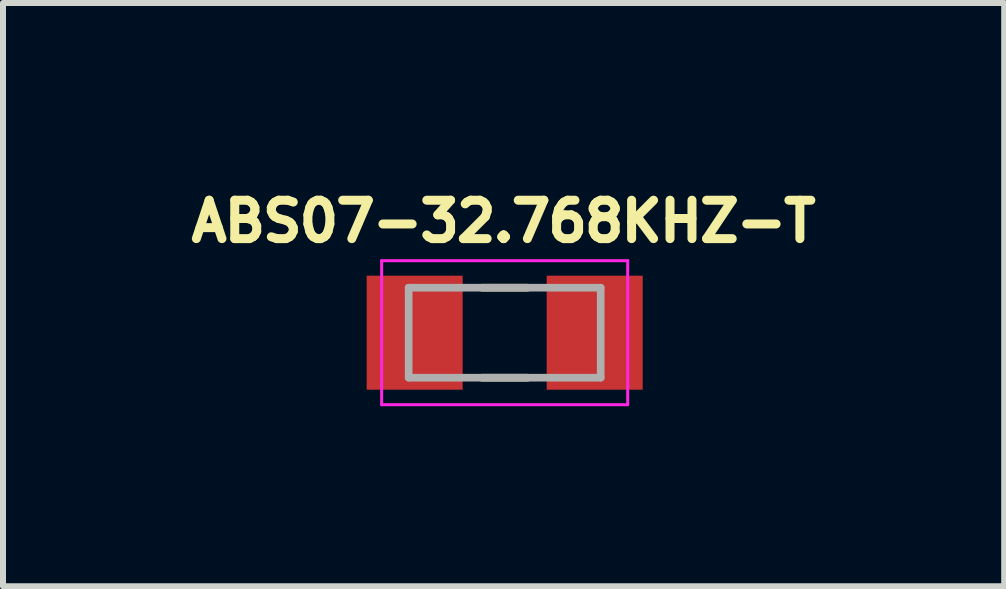
<source format=kicad_pcb>
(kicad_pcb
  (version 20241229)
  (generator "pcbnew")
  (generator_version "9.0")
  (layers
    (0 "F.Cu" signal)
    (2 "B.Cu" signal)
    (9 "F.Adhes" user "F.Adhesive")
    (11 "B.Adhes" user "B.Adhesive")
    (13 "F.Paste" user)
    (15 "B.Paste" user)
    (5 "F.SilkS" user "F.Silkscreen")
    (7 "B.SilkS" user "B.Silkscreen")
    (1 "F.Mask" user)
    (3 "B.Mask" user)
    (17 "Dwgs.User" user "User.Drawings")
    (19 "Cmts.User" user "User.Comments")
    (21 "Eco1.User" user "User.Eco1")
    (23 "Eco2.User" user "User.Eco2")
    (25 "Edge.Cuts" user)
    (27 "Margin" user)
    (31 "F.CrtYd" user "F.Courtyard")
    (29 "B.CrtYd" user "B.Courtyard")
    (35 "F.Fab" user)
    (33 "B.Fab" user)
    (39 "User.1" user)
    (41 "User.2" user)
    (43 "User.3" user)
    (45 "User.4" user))
  (footprint "ABS07-32.768KHZ-T"
    (layer "F.Cu")
    (at 5.36 2.494)
    (property "Reference" "ABS07-32.768KHZ-T" (at -0.018 -1.856 0) (layer "F.SilkS") (effects (font (size 0.64 0.64) (thickness 0.15))))
    (attr through_hole)
    (fp_line (start -0.38 -0.75) (end 0.38 -0.75) (stroke (width 0.127) (type solid)) (layer "F.SilkS"))
    (fp_line (start -0.38 0.75) (end 0.38 0.75) (stroke (width 0.127) (type solid)) (layer "F.SilkS"))
    (fp_line (start -2.05 -1.2) (end -2.05 1.2) (stroke (width 0.05) (type solid)) (layer "F.CrtYd"))
    (fp_line (start -2.05 1.2) (end 2.05 1.2) (stroke (width 0.05) (type solid)) (layer "F.CrtYd"))
    (fp_line (start 2.05 -1.2) (end -2.05 -1.2) (stroke (width 0.05) (type solid)) (layer "F.CrtYd"))
    (fp_line (start 2.05 1.2) (end 2.05 -1.2) (stroke (width 0.05) (type solid)) (layer "F.CrtYd"))
    (fp_line (start -1.6 -0.75) (end -1.6 0.75) (stroke (width 0.127) (type solid)) (layer "F.Fab"))
    (fp_line (start -1.6 -0.75) (end 1.6 -0.75) (stroke (width 0.127) (type solid)) (layer "F.Fab"))
    (fp_line (start -1.6 0.75) (end 1.6 0.75) (stroke (width 0.127) (type solid)) (layer "F.Fab"))
    (fp_line (start 1.6 -0.75) (end 1.6 0.75) (stroke (width 0.127) (type solid)) (layer "F.Fab"))
    (pad "1" smd rect (at -1.5 0) (size 1.6 1.9) (layers "F.Cu" "F.Mask" "F.Paste"))
    (pad "2" smd rect (at 1.5 0) (size 1.6 1.9) (layers "F.Cu" "F.Mask" "F.Paste")))
  (gr_rect
    (start -3 -3)
    (end 13.684 6.719)
    (stroke (width 0.1) (type default))
    (fill no)
    (layer "Edge.Cuts")))
</source>
